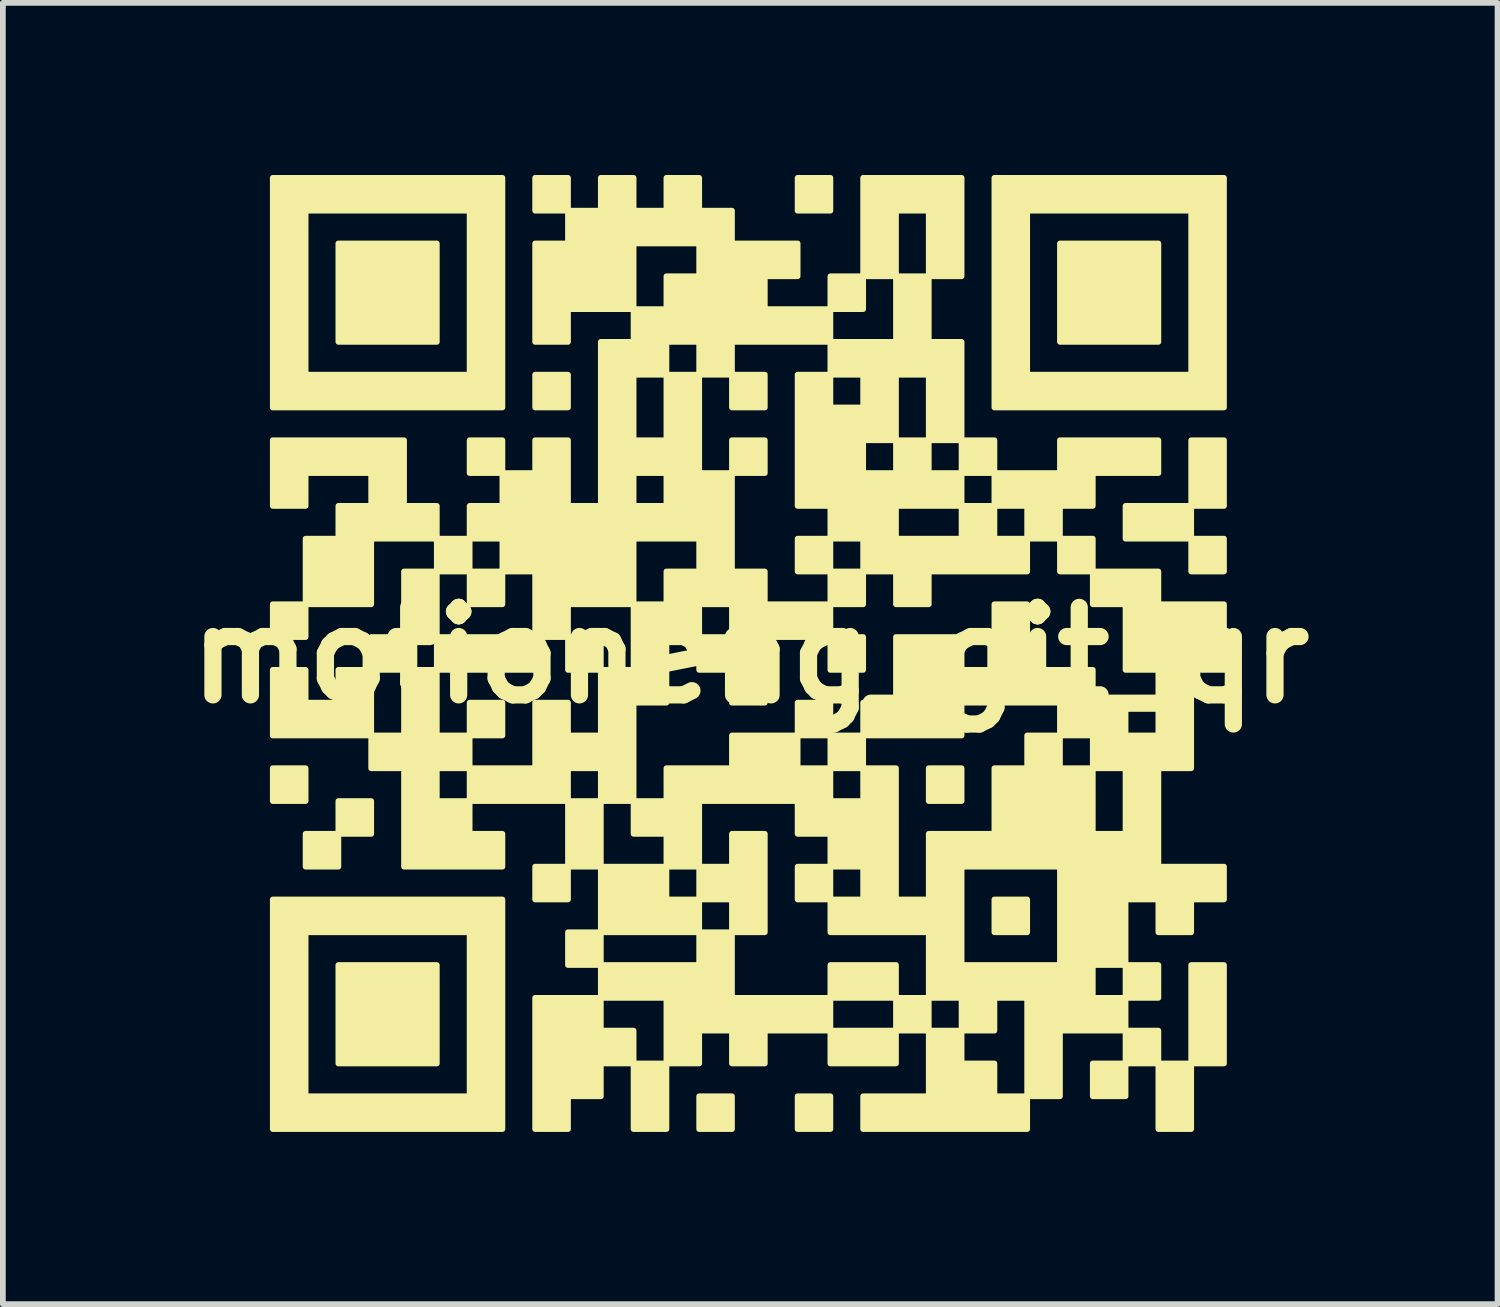
<source format=kicad_pcb>
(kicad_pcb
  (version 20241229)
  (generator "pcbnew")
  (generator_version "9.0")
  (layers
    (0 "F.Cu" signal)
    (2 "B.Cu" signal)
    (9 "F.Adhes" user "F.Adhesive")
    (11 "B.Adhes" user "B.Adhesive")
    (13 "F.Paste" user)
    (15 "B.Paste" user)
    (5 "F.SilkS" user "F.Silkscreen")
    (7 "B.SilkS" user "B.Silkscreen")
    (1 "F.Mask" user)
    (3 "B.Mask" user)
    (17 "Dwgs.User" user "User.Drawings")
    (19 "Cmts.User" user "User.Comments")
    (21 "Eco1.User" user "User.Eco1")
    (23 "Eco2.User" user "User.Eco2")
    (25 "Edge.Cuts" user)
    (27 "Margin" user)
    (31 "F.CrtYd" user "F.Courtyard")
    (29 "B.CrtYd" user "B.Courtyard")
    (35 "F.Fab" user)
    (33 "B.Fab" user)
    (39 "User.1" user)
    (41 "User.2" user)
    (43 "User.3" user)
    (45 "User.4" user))
  (footprint "motioneng_git_qr"
    (layer "F.Cu")
    (at 10.022 8.368)
    (property "Reference" "motioneng_git_qr" (at 0 0 0) (layer "F.SilkS") (effects (font (size 1.524 1.524) (thickness 0.3))))
    (attr through_hole)
    (fp_poly (pts (xy -7.747 -0.318) (xy -8.033 -0.318) (xy -8.319 -0.318) (xy -8.319 -0.603) (xy -8.319 -0.889) (xy -8.033 -0.889) (xy -7.747 -0.889) (xy -7.747 -0.603) (xy -7.747 -0.318)) (stroke (width 0.1) (type solid)) (fill yes) (layer "F.SilkS"))
    (fp_poly (pts (xy -7.747 2.54) (xy -8.033 2.54) (xy -8.319 2.54) (xy -8.319 2.254) (xy -8.319 1.968) (xy -8.033 1.968) (xy -7.747 1.968) (xy -7.747 2.254) (xy -7.747 2.54)) (stroke (width 0.1) (type solid)) (fill yes) (layer "F.SilkS"))
    (fp_poly (pts (xy -7.176 3.683) (xy -7.461 3.683) (xy -7.747 3.683) (xy -7.747 3.397) (xy -7.747 3.111) (xy -7.461 3.111) (xy -7.176 3.111) (xy -7.176 3.397) (xy -7.176 3.683)) (stroke (width 0.1) (type solid)) (fill yes) (layer "F.SilkS"))
    (fp_poly (pts (xy -6.604 3.111) (xy -6.89 3.111) (xy -7.176 3.111) (xy -7.176 2.826) (xy -7.176 2.54) (xy -6.89 2.54) (xy -6.604 2.54) (xy -6.604 2.826) (xy -6.604 3.111)) (stroke (width 0.1) (type solid)) (fill yes) (layer "F.SilkS"))
    (fp_poly (pts (xy -6.032 0.254) (xy -6.318 0.254) (xy -6.604 0.254) (xy -6.604 -0.032) (xy -6.604 -0.318) (xy -6.318 -0.318) (xy -6.032 -0.318) (xy -6.032 -0.032) (xy -6.032 0.254)) (stroke (width 0.1) (type solid)) (fill yes) (layer "F.SilkS"))
    (fp_poly (pts (xy -5.461 -5.461) (xy -6.318 -5.461) (xy -7.176 -5.461) (xy -7.176 -6.318) (xy -7.176 -7.176) (xy -6.318 -7.176) (xy -5.461 -7.176) (xy -5.461 -6.318) (xy -5.461 -5.461)) (stroke (width 0.1) (type solid)) (fill yes) (layer "F.SilkS"))
    (fp_poly (pts (xy -5.461 -0.318) (xy -5.747 -0.318) (xy -6.032 -0.318) (xy -6.032 -0.889) (xy -6.032 -1.46) (xy -5.747 -1.46) (xy -5.461 -1.46) (xy -5.461 -0.889) (xy -5.461 -0.318)) (stroke (width 0.1) (type solid)) (fill yes) (layer "F.SilkS"))
    (fp_poly (pts (xy -5.461 7.112) (xy -6.318 7.112) (xy -7.176 7.112) (xy -7.176 6.255) (xy -7.176 5.397) (xy -6.318 5.397) (xy -5.461 5.397) (xy -5.461 6.255) (xy -5.461 7.112)) (stroke (width 0.1) (type solid)) (fill yes) (layer "F.SilkS"))
    (fp_poly (pts (xy -4.889 -1.46) (xy -5.175 -1.46) (xy -5.461 -1.46) (xy -5.461 -1.746) (xy -5.461 -2.032) (xy -5.175 -2.032) (xy -4.889 -2.032) (xy -4.889 -1.746) (xy -4.889 -1.46)) (stroke (width 0.1) (type solid)) (fill yes) (layer "F.SilkS"))
    (fp_poly (pts (xy -4.318 -3.175) (xy -4.604 -3.175) (xy -4.889 -3.175) (xy -4.889 -3.461) (xy -4.889 -3.747) (xy -4.604 -3.747) (xy -4.318 -3.747) (xy -4.318 -3.461) (xy -4.318 -3.175)) (stroke (width 0.1) (type solid)) (fill yes) (layer "F.SilkS"))
    (fp_poly (pts (xy -4.318 -0.889) (xy -4.604 -0.889) (xy -4.889 -0.889) (xy -4.889 -1.175) (xy -4.889 -1.46) (xy -4.604 -1.46) (xy -4.318 -1.46) (xy -4.318 -1.175) (xy -4.318 -0.889)) (stroke (width 0.1) (type solid)) (fill yes) (layer "F.SilkS"))
    (fp_poly (pts (xy -4.318 1.397) (xy -4.604 1.397) (xy -4.889 1.397) (xy -4.889 1.111) (xy -4.889 0.826) (xy -4.604 0.826) (xy -4.318 0.826) (xy -4.318 1.111) (xy -4.318 1.397)) (stroke (width 0.1) (type solid)) (fill yes) (layer "F.SilkS"))
    (fp_poly (pts (xy -3.747 0.254) (xy -4.604 0.254) (xy -5.461 0.254) (xy -5.461 -0.032) (xy -5.461 -0.318) (xy -4.604 -0.318) (xy -3.747 -0.318) (xy -3.747 -0.032) (xy -3.747 0.254)) (stroke (width 0.1) (type solid)) (fill yes) (layer "F.SilkS"))
    (fp_poly (pts (xy -3.175 -7.747) (xy -3.461 -7.747) (xy -3.747 -7.747) (xy -3.747 -8.033) (xy -3.747 -8.319) (xy -3.461 -8.319) (xy -3.175 -8.319) (xy -3.175 -8.033) (xy -3.175 -7.747)) (stroke (width 0.1) (type solid)) (fill yes) (layer "F.SilkS"))
    (fp_poly (pts (xy -3.175 -4.318) (xy -3.461 -4.318) (xy -3.747 -4.318) (xy -3.747 -4.604) (xy -3.747 -4.889) (xy -3.461 -4.889) (xy -3.175 -4.889) (xy -3.175 -4.604) (xy -3.175 -4.318)) (stroke (width 0.1) (type solid)) (fill yes) (layer "F.SilkS"))
    (fp_poly (pts (xy -3.175 4.255) (xy -3.461 4.255) (xy -3.747 4.255) (xy -3.747 3.969) (xy -3.747 3.683) (xy -3.461 3.683) (xy -3.175 3.683) (xy -3.175 3.969) (xy -3.175 4.255)) (stroke (width 0.1) (type solid)) (fill yes) (layer "F.SilkS"))
    (fp_poly (pts (xy -2.603 0.254) (xy -2.889 0.254) (xy -3.175 0.254) (xy -3.175 -0.032) (xy -3.175 -0.318) (xy -2.889 -0.318) (xy -2.603 -0.318) (xy -2.603 -0.032) (xy -2.603 0.254)) (stroke (width 0.1) (type solid)) (fill yes) (layer "F.SilkS"))
    (fp_poly (pts (xy -2.603 3.683) (xy -2.889 3.683) (xy -3.175 3.683) (xy -3.175 3.111) (xy -3.175 2.54) (xy -2.889 2.54) (xy -2.603 2.54) (xy -2.603 3.111) (xy -2.603 3.683)) (stroke (width 0.1) (type solid)) (fill yes) (layer "F.SilkS"))
    (fp_poly (pts (xy -2.603 5.397) (xy -2.889 5.397) (xy -3.175 5.397) (xy -3.175 5.112) (xy -3.175 4.826) (xy -2.889 4.826) (xy -2.603 4.826) (xy -2.603 5.112) (xy -2.603 5.397)) (stroke (width 0.1) (type solid)) (fill yes) (layer "F.SilkS"))
    (fp_poly (pts (xy -1.46 8.255) (xy -1.746 8.255) (xy -2.032 8.255) (xy -2.032 7.684) (xy -2.032 7.112) (xy -1.746 7.112) (xy -1.46 7.112) (xy -1.46 7.684) (xy -1.46 8.255)) (stroke (width 0.1) (type solid)) (fill yes) (layer "F.SilkS"))
    (fp_poly (pts (xy -0.318 8.255) (xy -0.603 8.255) (xy -0.889 8.255) (xy -0.889 7.969) (xy -0.889 7.684) (xy -0.603 7.684) (xy -0.318 7.684) (xy -0.318 7.969) (xy -0.318 8.255)) (stroke (width 0.1) (type solid)) (fill yes) (layer "F.SilkS"))
    (fp_poly (pts (xy 0.254 -4.318) (xy -0.032 -4.318) (xy -0.318 -4.318) (xy -0.318 -4.604) (xy -0.318 -4.889) (xy -0.032 -4.889) (xy 0.254 -4.889) (xy 0.254 -4.604) (xy 0.254 -4.318)) (stroke (width 0.1) (type solid)) (fill yes) (layer "F.SilkS"))
    (fp_poly (pts (xy 0.254 -3.175) (xy -0.032 -3.175) (xy -0.318 -3.175) (xy -0.318 -3.461) (xy -0.318 -3.747) (xy -0.032 -3.747) (xy 0.254 -3.747) (xy 0.254 -3.461) (xy 0.254 -3.175)) (stroke (width 0.1) (type solid)) (fill yes) (layer "F.SilkS"))
    (fp_poly (pts (xy 1.397 -7.747) (xy 1.111 -7.747) (xy 0.826 -7.747) (xy 0.826 -8.033) (xy 0.826 -8.319) (xy 1.111 -8.319) (xy 1.397 -8.319) (xy 1.397 -8.033) (xy 1.397 -7.747)) (stroke (width 0.1) (type solid)) (fill yes) (layer "F.SilkS"))
    (fp_poly (pts (xy 1.397 -1.46) (xy 1.111 -1.46) (xy 0.826 -1.46) (xy 0.826 -1.746) (xy 0.826 -2.032) (xy 1.111 -2.032) (xy 1.397 -2.032) (xy 1.397 -1.746) (xy 1.397 -1.46)) (stroke (width 0.1) (type solid)) (fill yes) (layer "F.SilkS"))
    (fp_poly (pts (xy 1.397 1.397) (xy 1.111 1.397) (xy 0.826 1.397) (xy 0.826 1.111) (xy 0.826 0.826) (xy 1.111 0.826) (xy 1.397 0.826) (xy 1.397 1.111) (xy 1.397 1.397)) (stroke (width 0.1) (type solid)) (fill yes) (layer "F.SilkS"))
    (fp_poly (pts (xy 1.397 4.255) (xy 1.111 4.255) (xy 0.826 4.255) (xy 0.826 3.969) (xy 0.826 3.683) (xy 1.111 3.683) (xy 1.397 3.683) (xy 1.397 3.969) (xy 1.397 4.255)) (stroke (width 0.1) (type solid)) (fill yes) (layer "F.SilkS"))
    (fp_poly (pts (xy 1.397 8.255) (xy 1.111 8.255) (xy 0.826 8.255) (xy 0.826 7.969) (xy 0.826 7.684) (xy 1.111 7.684) (xy 1.397 7.684) (xy 1.397 7.969) (xy 1.397 8.255)) (stroke (width 0.1) (type solid)) (fill yes) (layer "F.SilkS"))
    (fp_poly (pts (xy 1.968 -6.032) (xy 1.683 -6.032) (xy 1.397 -6.032) (xy 1.397 -6.318) (xy 1.397 -6.604) (xy 1.683 -6.604) (xy 1.968 -6.604) (xy 1.968 -6.318) (xy 1.968 -6.032)) (stroke (width 0.1) (type solid)) (fill yes) (layer "F.SilkS"))
    (fp_poly (pts (xy 1.968 -0.889) (xy 1.683 -0.889) (xy 1.397 -0.889) (xy 1.397 -1.175) (xy 1.397 -1.46) (xy 1.683 -1.46) (xy 1.968 -1.46) (xy 1.968 -1.175) (xy 1.968 -0.889)) (stroke (width 0.1) (type solid)) (fill yes) (layer "F.SilkS"))
    (fp_poly (pts (xy 1.968 0.254) (xy 1.683 0.254) (xy 1.397 0.254) (xy 1.397 -0.032) (xy 1.397 -0.318) (xy 1.683 -0.318) (xy 1.968 -0.318) (xy 1.968 -0.032) (xy 1.968 0.254)) (stroke (width 0.1) (type solid)) (fill yes) (layer "F.SilkS"))
    (fp_poly (pts (xy 1.968 1.968) (xy 1.683 1.968) (xy 1.397 1.968) (xy 1.397 1.683) (xy 1.397 1.397) (xy 1.683 1.397) (xy 1.968 1.397) (xy 1.968 1.683) (xy 1.968 1.968)) (stroke (width 0.1) (type solid)) (fill yes) (layer "F.SilkS"))
    (fp_poly (pts (xy 2.54 5.969) (xy 1.968 5.969) (xy 1.397 5.969) (xy 1.397 5.683) (xy 1.397 5.397) (xy 1.968 5.397) (xy 2.54 5.397) (xy 2.54 5.683) (xy 2.54 5.969)) (stroke (width 0.1) (type solid)) (fill yes) (layer "F.SilkS"))
    (fp_poly (pts (xy 2.54 7.112) (xy 1.968 7.112) (xy 1.397 7.112) (xy 1.397 6.826) (xy 1.397 6.54) (xy 1.968 6.54) (xy 2.54 6.54) (xy 2.54 6.826) (xy 2.54 7.112)) (stroke (width 0.1) (type solid)) (fill yes) (layer "F.SilkS"))
    (fp_poly (pts (xy 3.111 6.54) (xy 2.826 6.54) (xy 2.54 6.54) (xy 2.54 6.255) (xy 2.54 5.969) (xy 2.826 5.969) (xy 3.111 5.969) (xy 3.111 6.255) (xy 3.111 6.54)) (stroke (width 0.1) (type solid)) (fill yes) (layer "F.SilkS"))
    (fp_poly (pts (xy 3.683 2.54) (xy 3.397 2.54) (xy 3.111 2.54) (xy 3.111 2.254) (xy 3.111 1.968) (xy 3.397 1.968) (xy 3.683 1.968) (xy 3.683 2.254) (xy 3.683 2.54)) (stroke (width 0.1) (type solid)) (fill yes) (layer "F.SilkS"))
    (fp_poly (pts (xy 4.255 -3.175) (xy 3.969 -3.175) (xy 3.683 -3.175) (xy 3.683 -3.461) (xy 3.683 -3.747) (xy 3.969 -3.747) (xy 4.255 -3.747) (xy 4.255 -3.461) (xy 4.255 -3.175)) (stroke (width 0.1) (type solid)) (fill yes) (layer "F.SilkS"))
    (fp_poly (pts (xy 4.826 4.826) (xy 4.54 4.826) (xy 4.255 4.826) (xy 4.255 4.54) (xy 4.255 4.255) (xy 4.54 4.255) (xy 4.826 4.255) (xy 4.826 4.54) (xy 4.826 4.826)) (stroke (width 0.1) (type solid)) (fill yes) (layer "F.SilkS"))
    (fp_poly (pts (xy 5.969 -1.46) (xy 5.683 -1.46) (xy 5.397 -1.46) (xy 5.397 -1.746) (xy 5.397 -2.032) (xy 5.683 -2.032) (xy 5.969 -2.032) (xy 5.969 -1.746) (xy 5.969 -1.46)) (stroke (width 0.1) (type solid)) (fill yes) (layer "F.SilkS"))
    (fp_poly (pts (xy 6.54 7.684) (xy 6.255 7.684) (xy 5.969 7.684) (xy 5.969 7.398) (xy 5.969 7.112) (xy 6.255 7.112) (xy 6.54 7.112) (xy 6.54 7.398) (xy 6.54 7.684)) (stroke (width 0.1) (type solid)) (fill yes) (layer "F.SilkS"))
    (fp_poly (pts (xy 7.112 -5.461) (xy 6.255 -5.461) (xy 5.397 -5.461) (xy 5.397 -6.318) (xy 5.397 -7.176) (xy 6.255 -7.176) (xy 7.112 -7.176) (xy 7.112 -6.318) (xy 7.112 -5.461)) (stroke (width 0.1) (type solid)) (fill yes) (layer "F.SilkS"))
    (fp_poly (pts (xy 7.112 5.969) (xy 6.826 5.969) (xy 6.54 5.969) (xy 6.54 5.683) (xy 6.54 5.397) (xy 6.826 5.397) (xy 7.112 5.397) (xy 7.112 5.683) (xy 7.112 5.969)) (stroke (width 0.1) (type solid)) (fill yes) (layer "F.SilkS"))
    (fp_poly (pts (xy 7.112 7.112) (xy 6.826 7.112) (xy 6.54 7.112) (xy 6.54 6.826) (xy 6.54 6.54) (xy 6.826 6.54) (xy 7.112 6.54) (xy 7.112 6.826) (xy 7.112 7.112)) (stroke (width 0.1) (type solid)) (fill yes) (layer "F.SilkS"))
    (fp_poly (pts (xy 7.684 -2.032) (xy 7.112 -2.032) (xy 6.54 -2.032) (xy 6.54 -2.318) (xy 6.54 -2.603) (xy 7.112 -2.603) (xy 7.684 -2.603) (xy 7.684 -2.318) (xy 7.684 -2.032)) (stroke (width 0.1) (type solid)) (fill yes) (layer "F.SilkS"))
    (fp_poly (pts (xy 7.684 8.255) (xy 7.398 8.255) (xy 7.112 8.255) (xy 7.112 7.684) (xy 7.112 7.112) (xy 7.398 7.112) (xy 7.684 7.112) (xy 7.684 7.684) (xy 7.684 8.255)) (stroke (width 0.1) (type solid)) (fill yes) (layer "F.SilkS"))
    (fp_poly (pts (xy 8.255 -2.603) (xy 7.969 -2.603) (xy 7.684 -2.603) (xy 7.684 -3.175) (xy 7.684 -3.747) (xy 7.969 -3.747) (xy 8.255 -3.747) (xy 8.255 -3.175) (xy 8.255 -2.603)) (stroke (width 0.1) (type solid)) (fill yes) (layer "F.SilkS"))
    (fp_poly (pts (xy 8.255 -1.46) (xy 7.969 -1.46) (xy 7.684 -1.46) (xy 7.684 -1.746) (xy 7.684 -2.032) (xy 7.969 -2.032) (xy 8.255 -2.032) (xy 8.255 -1.746) (xy 8.255 -1.46)) (stroke (width 0.1) (type solid)) (fill yes) (layer "F.SilkS"))
    (fp_poly (pts (xy 8.255 7.112) (xy 7.969 7.112) (xy 7.684 7.112) (xy 7.684 6.255) (xy 7.684 5.397) (xy 7.969 5.397) (xy 8.255 5.397) (xy 8.255 6.255) (xy 8.255 7.112)) (stroke (width 0.1) (type solid)) (fill yes) (layer "F.SilkS"))
    (fp_poly (pts (xy -0.889 4.826) (xy -1.746 4.826) (xy -2.603 4.826) (xy -2.603 4.255) (xy -2.603 3.683) (xy -2.032 3.683) (xy -1.46 3.683) (xy -1.46 3.969) (xy -1.46 4.255) (xy -1.175 4.255) (xy -0.889 4.255) (xy -0.889 4.54) (xy -0.889 4.826)) (stroke (width 0.1) (type solid)) (fill yes) (layer "F.SilkS"))
    (fp_poly (pts (xy -6.604 1.397) (xy -7.461 1.397) (xy -8.319 1.397) (xy -8.319 0.826) (xy -8.319 0.254) (xy -8.033 0.254) (xy -7.747 0.254) (xy -7.747 0.54) (xy -7.747 0.826) (xy -7.461 0.826) (xy -7.176 0.826) (xy -7.176 0.54) (xy -7.176 0.254) (xy -6.89 0.254) (xy -6.604 0.254) (xy -6.604 0.826) (xy -6.604 1.397)) (stroke (width 0.1) (type solid)) (fill yes) (layer "F.SilkS"))
    (fp_poly (pts (xy 0.254 4.826) (xy -0.032 4.826) (xy -0.318 4.826) (xy -0.318 4.54) (xy -0.318 4.255) (xy -0.603 4.255) (xy -0.889 4.255) (xy -0.889 3.969) (xy -0.889 3.683) (xy -0.603 3.683) (xy -0.318 3.683) (xy -0.318 3.397) (xy -0.318 3.111) (xy -0.032 3.111) (xy 0.254 3.111) (xy 0.254 3.969) (xy 0.254 4.826)) (stroke (width 0.1) (type solid)) (fill yes) (layer "F.SilkS"))
    (fp_poly (pts (xy 3.683 -6.604) (xy 3.397 -6.604) (xy 3.111 -6.604) (xy 3.111 -7.176) (xy 3.111 -7.747) (xy 2.826 -7.747) (xy 2.54 -7.747) (xy 2.54 -7.176) (xy 2.54 -6.604) (xy 2.254 -6.604) (xy 1.968 -6.604) (xy 1.968 -7.461) (xy 1.968 -8.319) (xy 2.826 -8.319) (xy 3.683 -8.319) (xy 3.683 -7.461) (xy 3.683 -6.604)) (stroke (width 0.1) (type solid)) (fill yes) (layer "F.SilkS"))
    (fp_poly (pts (xy -4.318 -4.318) (xy -4.889 -4.318) (xy -4.889 -4.889) (xy -4.889 -6.318) (xy -4.889 -7.747) (xy -6.318 -7.747) (xy -7.747 -7.747) (xy -7.747 -6.318) (xy -7.747 -4.889) (xy -6.318 -4.889) (xy -4.889 -4.889) (xy -4.889 -4.318) (xy -6.318 -4.318) (xy -8.319 -4.318) (xy -8.319 -6.318) (xy -8.319 -8.319) (xy -6.318 -8.319) (xy -4.318 -8.319) (xy -4.318 -6.318) (xy -4.318 -4.318)) (stroke (width 0.1) (type solid)) (fill yes) (layer "F.SilkS"))
    (fp_poly (pts (xy -4.318 8.255) (xy -4.889 8.255) (xy -4.889 7.684) (xy -4.889 6.255) (xy -4.889 4.826) (xy -6.318 4.826) (xy -7.747 4.826) (xy -7.747 6.255) (xy -7.747 7.684) (xy -6.318 7.684) (xy -4.889 7.684) (xy -4.889 8.255) (xy -6.318 8.255) (xy -8.319 8.255) (xy -8.319 6.255) (xy -8.319 4.255) (xy -6.318 4.255) (xy -4.318 4.255) (xy -4.318 6.255) (xy -4.318 8.255)) (stroke (width 0.1) (type solid)) (fill yes) (layer "F.SilkS"))
    (fp_poly (pts (xy 8.255 -4.318) (xy 7.684 -4.318) (xy 7.684 -4.889) (xy 7.684 -6.318) (xy 7.684 -7.747) (xy 6.255 -7.747) (xy 4.826 -7.747) (xy 4.826 -6.318) (xy 4.826 -4.889) (xy 6.255 -4.889) (xy 7.684 -4.889) (xy 7.684 -4.318) (xy 6.255 -4.318) (xy 4.255 -4.318) (xy 4.255 -6.318) (xy 4.255 -8.319) (xy 6.255 -8.319) (xy 8.255 -8.319) (xy 8.255 -6.318) (xy 8.255 -4.318)) (stroke (width 0.1) (type solid)) (fill yes) (layer "F.SilkS"))
    (fp_poly (pts (xy -2.032 7.112) (xy -2.318 7.112) (xy -2.603 7.112) (xy -2.603 7.398) (xy -2.603 7.684) (xy -2.889 7.684) (xy -3.175 7.684) (xy -3.175 7.969) (xy -3.175 8.255) (xy -3.461 8.255) (xy -3.747 8.255) (xy -3.747 7.112) (xy -3.747 5.969) (xy -3.175 5.969) (xy -2.603 5.969) (xy -2.603 6.255) (xy -2.603 6.54) (xy -2.318 6.54) (xy -2.032 6.54) (xy -2.032 6.826) (xy -2.032 7.112)) (stroke (width 0.1) (type solid)) (fill yes) (layer "F.SilkS"))
    (fp_poly (pts (xy 4.826 8.255) (xy 3.397 8.255) (xy 1.968 8.255) (xy 1.968 7.969) (xy 1.968 7.684) (xy 2.54 7.684) (xy 3.111 7.684) (xy 3.111 7.112) (xy 3.111 6.54) (xy 3.397 6.54) (xy 3.683 6.54) (xy 3.683 6.826) (xy 3.683 7.112) (xy 3.969 7.112) (xy 4.255 7.112) (xy 4.255 7.398) (xy 4.255 7.684) (xy 4.54 7.684) (xy 4.826 7.684) (xy 4.826 7.969) (xy 4.826 8.255)) (stroke (width 0.1) (type solid)) (fill yes) (layer "F.SilkS"))
    (fp_poly (pts (xy 7.112 -3.175) (xy 6.54 -3.175) (xy 5.969 -3.175) (xy 5.969 -2.889) (xy 5.969 -2.603) (xy 5.683 -2.603) (xy 5.397 -2.603) (xy 5.397 -2.318) (xy 5.397 -2.032) (xy 5.112 -2.032) (xy 4.826 -2.032) (xy 4.826 -2.318) (xy 4.826 -2.603) (xy 4.54 -2.603) (xy 4.255 -2.603) (xy 4.255 -2.889) (xy 4.255 -3.175) (xy 4.826 -3.175) (xy 5.397 -3.175) (xy 5.397 -3.461) (xy 5.397 -3.747) (xy 6.255 -3.747) (xy 7.112 -3.747) (xy 7.112 -3.461) (xy 7.112 -3.175)) (stroke (width 0.1) (type solid)) (fill yes) (layer "F.SilkS"))
    (fp_poly (pts (xy -5.461 -2.032) (xy -6.032 -2.032) (xy -6.604 -2.032) (xy -6.604 -1.46) (xy -6.604 -0.889) (xy -7.176 -0.889) (xy -7.747 -0.889) (xy -7.747 -1.46) (xy -7.747 -2.032) (xy -7.461 -2.032) (xy -7.176 -2.032) (xy -7.176 -2.318) (xy -7.176 -2.603) (xy -6.89 -2.603) (xy -6.604 -2.603) (xy -6.604 -2.889) (xy -6.604 -3.175) (xy -7.176 -3.175) (xy -7.747 -3.175) (xy -7.747 -2.889) (xy -7.747 -2.603) (xy -8.033 -2.603) (xy -8.319 -2.603) (xy -8.319 -3.175) (xy -8.319 -3.747) (xy -7.176 -3.747) (xy -6.032 -3.747) (xy -6.032 -3.175) (xy -6.032 -2.603) (xy -5.747 -2.603) (xy -5.461 -2.603) (xy -5.461 -2.318) (xy -5.461 -2.032)) (stroke (width 0.1) (type solid)) (fill yes) (layer "F.SilkS"))
    (fp_poly (pts (xy -4.318 3.683) (xy -5.175 3.683) (xy -6.032 3.683) (xy -6.032 2.826) (xy -6.032 1.968) (xy -6.318 1.968) (xy -6.604 1.968) (xy -6.604 1.683) (xy -6.604 1.397) (xy -6.318 1.397) (xy -6.032 1.397) (xy -6.032 0.826) (xy -6.032 0.254) (xy -5.747 0.254) (xy -5.461 0.254) (xy -5.461 0.826) (xy -5.461 1.397) (xy -5.175 1.397) (xy -4.889 1.397) (xy -4.889 1.683) (xy -4.889 1.968) (xy -5.175 1.968) (xy -5.461 1.968) (xy -5.461 2.254) (xy -5.461 2.54) (xy -5.175 2.54) (xy -4.889 2.54) (xy -4.889 2.826) (xy -4.889 3.111) (xy -4.604 3.111) (xy -4.318 3.111) (xy -4.318 3.397) (xy -4.318 3.683)) (stroke (width 0.1) (type solid)) (fill yes) (layer "F.SilkS"))
    (fp_poly (pts (xy 1.397 6.54) (xy 0.826 6.54) (xy 0.254 6.54) (xy 0.254 6.826) (xy 0.254 7.112) (xy -0.032 7.112) (xy -0.318 7.112) (xy -0.318 6.826) (xy -0.318 6.54) (xy -0.603 6.54) (xy -0.889 6.54) (xy -0.889 6.826) (xy -0.889 7.112) (xy -1.175 7.112) (xy -1.46 7.112) (xy -1.46 6.54) (xy -1.46 5.969) (xy -2.032 5.969) (xy -2.603 5.969) (xy -2.603 5.683) (xy -2.603 5.397) (xy -1.746 5.397) (xy -0.889 5.397) (xy -0.889 5.112) (xy -0.889 4.826) (xy -0.603 4.826) (xy -0.318 4.826) (xy -0.318 5.397) (xy -0.318 5.969) (xy 0.54 5.969) (xy 1.397 5.969) (xy 1.397 6.255) (xy 1.397 6.54)) (stroke (width 0.1) (type solid)) (fill yes) (layer "F.SilkS"))
    (fp_poly (pts (xy 4.826 -1.46) (xy 3.969 -1.46) (xy 3.111 -1.46) (xy 3.111 -1.175) (xy 3.111 -0.889) (xy 2.826 -0.889) (xy 2.54 -0.889) (xy 2.54 -1.175) (xy 2.54 -1.46) (xy 2.254 -1.46) (xy 1.968 -1.46) (xy 1.968 -1.746) (xy 1.968 -2.032) (xy 1.683 -2.032) (xy 1.397 -2.032) (xy 1.397 -2.318) (xy 1.397 -2.603) (xy 1.111 -2.603) (xy 0.826 -2.603) (xy 0.826 -3.747) (xy 0.826 -4.889) (xy 1.111 -4.889) (xy 1.397 -4.889) (xy 1.397 -4.604) (xy 1.397 -4.318) (xy 1.683 -4.318) (xy 1.968 -4.318) (xy 1.968 -4.604) (xy 1.968 -4.889) (xy 1.683 -4.889) (xy 1.397 -4.889) (xy 1.397 -5.175) (xy 1.397 -5.461) (xy 1.968 -5.461) (xy 2.54 -5.461) (xy 2.54 -6.032) (xy 2.54 -6.604) (xy 2.826 -6.604) (xy 3.111 -6.604) (xy 3.111 -6.032) (xy 3.111 -5.461) (xy 3.397 -5.461) (xy 3.683 -5.461) (xy 3.683 -4.604) (xy 3.683 -3.747) (xy 3.397 -3.747) (xy 3.111 -3.747) (xy 3.111 -4.318) (xy 3.111 -4.889) (xy 2.826 -4.889) (xy 2.54 -4.889) (xy 2.54 -4.318) (xy 2.54 -3.747) (xy 2.254 -3.747) (xy 1.968 -3.747) (xy 1.968 -3.461) (xy 1.968 -3.175) (xy 2.254 -3.175) (xy 2.54 -3.175) (xy 2.54 -3.461) (xy 2.54 -3.747) (xy 2.826 -3.747) (xy 3.111 -3.747) (xy 3.111 -3.461) (xy 3.111 -3.175) (xy 3.397 -3.175) (xy 3.683 -3.175) (xy 3.683 -2.889) (xy 3.683 -2.603) (xy 3.111 -2.603) (xy 2.54 -2.603) (xy 2.54 -2.318) (xy 2.54 -2.032) (xy 3.111 -2.032) (xy 3.683 -2.032) (xy 3.683 -2.318) (xy 3.683 -2.603) (xy 3.969 -2.603) (xy 4.255 -2.603) (xy 4.255 -2.318) (xy 4.255 -2.032) (xy 4.54 -2.032) (xy 4.826 -2.032) (xy 4.826 -1.746) (xy 4.826 -1.46)) (stroke (width 0.1) (type solid)) (fill yes) (layer "F.SilkS"))
    (fp_poly (pts (xy 8.255 4.255) (xy 7.969 4.255) (xy 7.684 4.255) (xy 7.684 4.54) (xy 7.684 4.826) (xy 7.398 4.826) (xy 7.112 4.826) (xy 7.112 4.54) (xy 7.112 4.255) (xy 6.826 4.255) (xy 6.54 4.255) (xy 6.54 4.826) (xy 6.54 5.397) (xy 6.255 5.397) (xy 5.969 5.397) (xy 5.969 5.683) (xy 5.969 5.969) (xy 6.255 5.969) (xy 6.54 5.969) (xy 6.54 6.255) (xy 6.54 6.54) (xy 5.969 6.54) (xy 5.397 6.54) (xy 5.397 5.397) (xy 5.397 4.54) (xy 5.397 3.683) (xy 4.54 3.683) (xy 3.683 3.683) (xy 3.683 4.54) (xy 3.683 5.397) (xy 4.54 5.397) (xy 5.397 5.397) (xy 5.397 6.54) (xy 5.397 7.112) (xy 5.397 7.684) (xy 5.112 7.684) (xy 4.826 7.684) (xy 4.826 6.826) (xy 4.826 5.969) (xy 4.54 5.969) (xy 4.255 5.969) (xy 4.255 6.255) (xy 4.255 6.54) (xy 3.969 6.54) (xy 3.683 6.54) (xy 3.683 6.255) (xy 3.683 5.969) (xy 3.397 5.969) (xy 3.111 5.969) (xy 3.111 5.397) (xy 3.111 4.826) (xy 2.254 4.826) (xy 1.397 4.826) (xy 1.397 4.54) (xy 1.397 4.255) (xy 1.683 4.255) (xy 1.968 4.255) (xy 1.968 3.969) (xy 1.968 3.683) (xy 1.683 3.683) (xy 1.397 3.683) (xy 1.397 3.397) (xy 1.397 3.111) (xy 1.111 3.111) (xy 0.826 3.111) (xy 0.826 2.826) (xy 0.826 2.54) (xy -0.032 2.54) (xy -0.889 2.54) (xy -0.889 3.111) (xy -0.889 3.683) (xy -1.175 3.683) (xy -1.46 3.683) (xy -1.46 3.397) (xy -1.46 3.111) (xy -1.746 3.111) (xy -2.032 3.111) (xy -2.032 2.826) (xy -2.032 2.54) (xy -1.746 2.54) (xy -1.46 2.54) (xy -1.46 2.254) (xy -1.46 1.968) (xy -0.889 1.968) (xy -0.318 1.968) (xy -0.318 1.683) (xy -0.318 1.397) (xy 0.254 1.397) (xy 0.826 1.397) (xy 0.826 1.683) (xy 0.826 1.968) (xy 1.111 1.968) (xy 1.397 1.968) (xy 1.397 2.254) (xy 1.397 2.54) (xy 1.683 2.54) (xy 1.968 2.54) (xy 1.968 2.254) (xy 1.968 1.968) (xy 2.254 1.968) (xy 2.54 1.968) (xy 2.54 3.111) (xy 2.54 4.255) (xy 2.826 4.255) (xy 3.111 4.255) (xy 3.111 3.683) (xy 3.111 3.111) (xy 3.683 3.111) (xy 4.255 3.111) (xy 4.255 2.54) (xy 4.255 1.968) (xy 4.54 1.968) (xy 4.826 1.968) (xy 4.826 1.683) (xy 4.826 1.397) (xy 5.112 1.397) (xy 5.397 1.397) (xy 5.397 1.683) (xy 5.397 1.968) (xy 5.683 1.968) (xy 5.969 1.968) (xy 5.969 2.54) (xy 5.969 3.111) (xy 6.255 3.111) (xy 6.54 3.111) (xy 6.54 2.54) (xy 6.54 1.968) (xy 6.255 1.968) (xy 5.969 1.968) (xy 5.969 1.683) (xy 5.969 1.397) (xy 5.683 1.397) (xy 5.397 1.397) (xy 5.397 1.111) (xy 5.397 0.826) (xy 4.54 0.826) (xy 3.683 0.826) (xy 3.683 1.111) (xy 3.683 1.397) (xy 2.826 1.397) (xy 1.968 1.397) (xy 1.968 1.111) (xy 1.968 0.826) (xy 2.254 0.826) (xy 2.54 0.826) (xy 2.54 0.254) (xy 2.54 -0.318) (xy 3.111 -0.318) (xy 3.683 -0.318) (xy 3.683 -0.032) (xy 3.683 0.254) (xy 3.969 0.254) (xy 4.255 0.254) (xy 4.255 -0.318) (xy 4.255 -0.889) (xy 4.54 -0.889) (xy 4.826 -0.889) (xy 4.826 -0.318) (xy 4.826 0.254) (xy 5.397 0.254) (xy 5.969 0.254) (xy 5.969 0.54) (xy 5.969 0.826) (xy 6.255 0.826) (xy 6.54 0.826) (xy 6.54 1.111) (xy 6.54 1.397) (xy 6.826 1.397) (xy 7.112 1.397) (xy 7.112 0.826) (xy 7.112 0.254) (xy 6.826 0.254) (xy 6.54 0.254) (xy 6.54 -0.318) (xy 6.54 -0.889) (xy 6.255 -0.889) (xy 5.969 -0.889) (xy 5.969 -1.175) (xy 5.969 -1.46) (xy 6.54 -1.46) (xy 7.112 -1.46) (xy 7.112 -1.175) (xy 7.112 -0.889) (xy 7.684 -0.889) (xy 8.255 -0.889) (xy 8.255 -0.318) (xy 8.255 0.254) (xy 7.969 0.254) (xy 7.684 0.254) (xy 7.684 1.111) (xy 7.684 1.968) (xy 7.398 1.968) (xy 7.112 1.968) (xy 7.112 2.826) (xy 7.112 3.683) (xy 7.684 3.683) (xy 8.255 3.683) (xy 8.255 3.969) (xy 8.255 4.255)) (stroke (width 0.1) (type solid)) (fill yes) (layer "F.SilkS"))
    (fp_poly (pts (xy 1.397 -0.318) (xy 0.826 -0.318) (xy 0.254 -0.318) (xy 0.254 0.254) (xy 0.254 0.826) (xy -0.032 0.826) (xy -0.318 0.826) (xy -0.318 0.54) (xy -0.318 0.254) (xy -0.603 0.254) (xy -0.889 0.254) (xy -0.889 -0.032) (xy -0.889 -0.318) (xy -0.603 -0.318) (xy -0.318 -0.318) (xy -0.318 -0.603) (xy -0.318 -0.889) (xy -0.603 -0.889) (xy -0.889 -0.889) (xy -0.889 -0.603) (xy -0.889 -0.318) (xy -1.175 -0.318) (xy -1.46 -0.318) (xy -1.46 0.254) (xy -1.46 0.826) (xy -1.746 0.826) (xy -2.032 0.826) (xy -2.032 1.683) (xy -2.032 2.54) (xy -2.318 2.54) (xy -2.603 2.54) (xy -2.603 2.254) (xy -2.603 1.968) (xy -2.889 1.968) (xy -3.175 1.968) (xy -3.175 2.254) (xy -3.175 2.54) (xy -4.032 2.54) (xy -4.889 2.54) (xy -4.889 2.254) (xy -4.889 1.968) (xy -4.318 1.968) (xy -3.747 1.968) (xy -3.747 1.397) (xy -3.747 0.826) (xy -3.461 0.826) (xy -3.175 0.826) (xy -3.175 1.111) (xy -3.175 1.397) (xy -2.889 1.397) (xy -2.603 1.397) (xy -2.603 0.826) (xy -2.603 0.254) (xy -2.318 0.254) (xy -2.032 0.254) (xy -2.032 -0.318) (xy -2.032 -0.889) (xy -1.746 -0.889) (xy -1.46 -0.889) (xy -1.46 -1.175) (xy -1.46 -1.46) (xy -1.175 -1.46) (xy -0.889 -1.46) (xy -0.889 -1.746) (xy -0.889 -2.032) (xy -1.46 -2.032) (xy -1.46 -2.603) (xy -1.46 -2.889) (xy -1.46 -3.175) (xy -1.746 -3.175) (xy -2.032 -3.175) (xy -2.032 -2.889) (xy -2.032 -2.603) (xy -1.746 -2.603) (xy -1.46 -2.603) (xy -1.46 -2.032) (xy -2.032 -2.032) (xy -2.032 -1.46) (xy -2.032 -0.889) (xy -2.603 -0.889) (xy -3.175 -0.889) (xy -3.175 -0.603) (xy -3.175 -0.318) (xy -3.461 -0.318) (xy -3.747 -0.318) (xy -3.747 -0.889) (xy -3.747 -1.46) (xy -4.032 -1.46) (xy -4.318 -1.46) (xy -4.318 -1.746) (xy -4.318 -2.032) (xy -4.604 -2.032) (xy -4.889 -2.032) (xy -4.889 -2.318) (xy -4.889 -2.603) (xy -4.604 -2.603) (xy -4.318 -2.603) (xy -4.318 -2.889) (xy -4.318 -3.175) (xy -4.032 -3.175) (xy -3.747 -3.175) (xy -3.747 -3.461) (xy -3.747 -3.747) (xy -3.461 -3.747) (xy -3.175 -3.747) (xy -3.175 -3.175) (xy -3.175 -2.603) (xy -2.889 -2.603) (xy -2.603 -2.603) (xy -2.603 -4.032) (xy -2.603 -5.461) (xy -2.318 -5.461) (xy -2.032 -5.461) (xy -2.032 -5.747) (xy -2.032 -6.032) (xy -1.746 -6.032) (xy -1.46 -6.032) (xy -1.46 -6.318) (xy -1.46 -6.604) (xy -1.175 -6.604) (xy -0.889 -6.604) (xy -0.889 -6.89) (xy -0.889 -7.176) (xy -1.46 -7.176) (xy -2.032 -7.176) (xy -2.032 -6.604) (xy -2.032 -6.032) (xy -2.603 -6.032) (xy -3.175 -6.032) (xy -3.175 -5.747) (xy -3.175 -5.461) (xy -3.461 -5.461) (xy -3.747 -5.461) (xy -3.747 -6.318) (xy -3.747 -7.176) (xy -3.461 -7.176) (xy -3.175 -7.176) (xy -3.175 -7.461) (xy -3.175 -7.747) (xy -2.889 -7.747) (xy -2.603 -7.747) (xy -2.603 -8.033) (xy -2.603 -8.319) (xy -2.318 -8.319) (xy -2.032 -8.319) (xy -2.032 -8.033) (xy -2.032 -7.747) (xy -1.746 -7.747) (xy -1.46 -7.747) (xy -1.46 -8.033) (xy -1.46 -8.319) (xy -1.175 -8.319) (xy -0.889 -8.319) (xy -0.889 -8.033) (xy -0.889 -7.747) (xy -0.603 -7.747) (xy -0.318 -7.747) (xy -0.318 -7.461) (xy -0.318 -7.176) (xy 0.254 -7.176) (xy 0.826 -7.176) (xy 0.826 -6.89) (xy 0.826 -6.604) (xy 0.54 -6.604) (xy 0.254 -6.604) (xy 0.254 -6.318) (xy 0.254 -6.032) (xy 0.826 -6.032) (xy 1.397 -6.032) (xy 1.397 -5.747) (xy 1.397 -5.461) (xy 0.54 -5.461) (xy -0.318 -5.461) (xy -0.318 -5.175) (xy -0.318 -4.889) (xy -0.603 -4.889) (xy -0.889 -4.889) (xy -0.889 -5.175) (xy -0.889 -5.461) (xy -1.175 -5.461) (xy -1.46 -5.461) (xy -1.46 -5.175) (xy -1.46 -4.889) (xy -1.746 -4.889) (xy -2.032 -4.889) (xy -2.032 -4.318) (xy -2.032 -3.747) (xy -1.746 -3.747) (xy -1.46 -3.747) (xy -1.46 -4.318) (xy -1.46 -4.889) (xy -1.175 -4.889) (xy -0.889 -4.889) (xy -0.889 -4.032) (xy -0.889 -3.175) (xy -0.603 -3.175) (xy -0.318 -3.175) (xy -0.318 -2.318) (xy -0.318 -1.46) (xy -0.032 -1.46) (xy 0.254 -1.46) (xy 0.254 -1.175) (xy 0.254 -0.889) (xy 0.826 -0.889) (xy 1.397 -0.889) (xy 1.397 -0.603) (xy 1.397 -0.318)) (stroke (width 0.1) (type solid)) (fill yes) (layer "F.SilkS")))
  (gr_rect
    (start -3 -3)
    (end 23.044 19.674)
    (stroke (width 0.1) (type default))
    (fill no)
    (layer "Edge.Cuts")))
</source>
